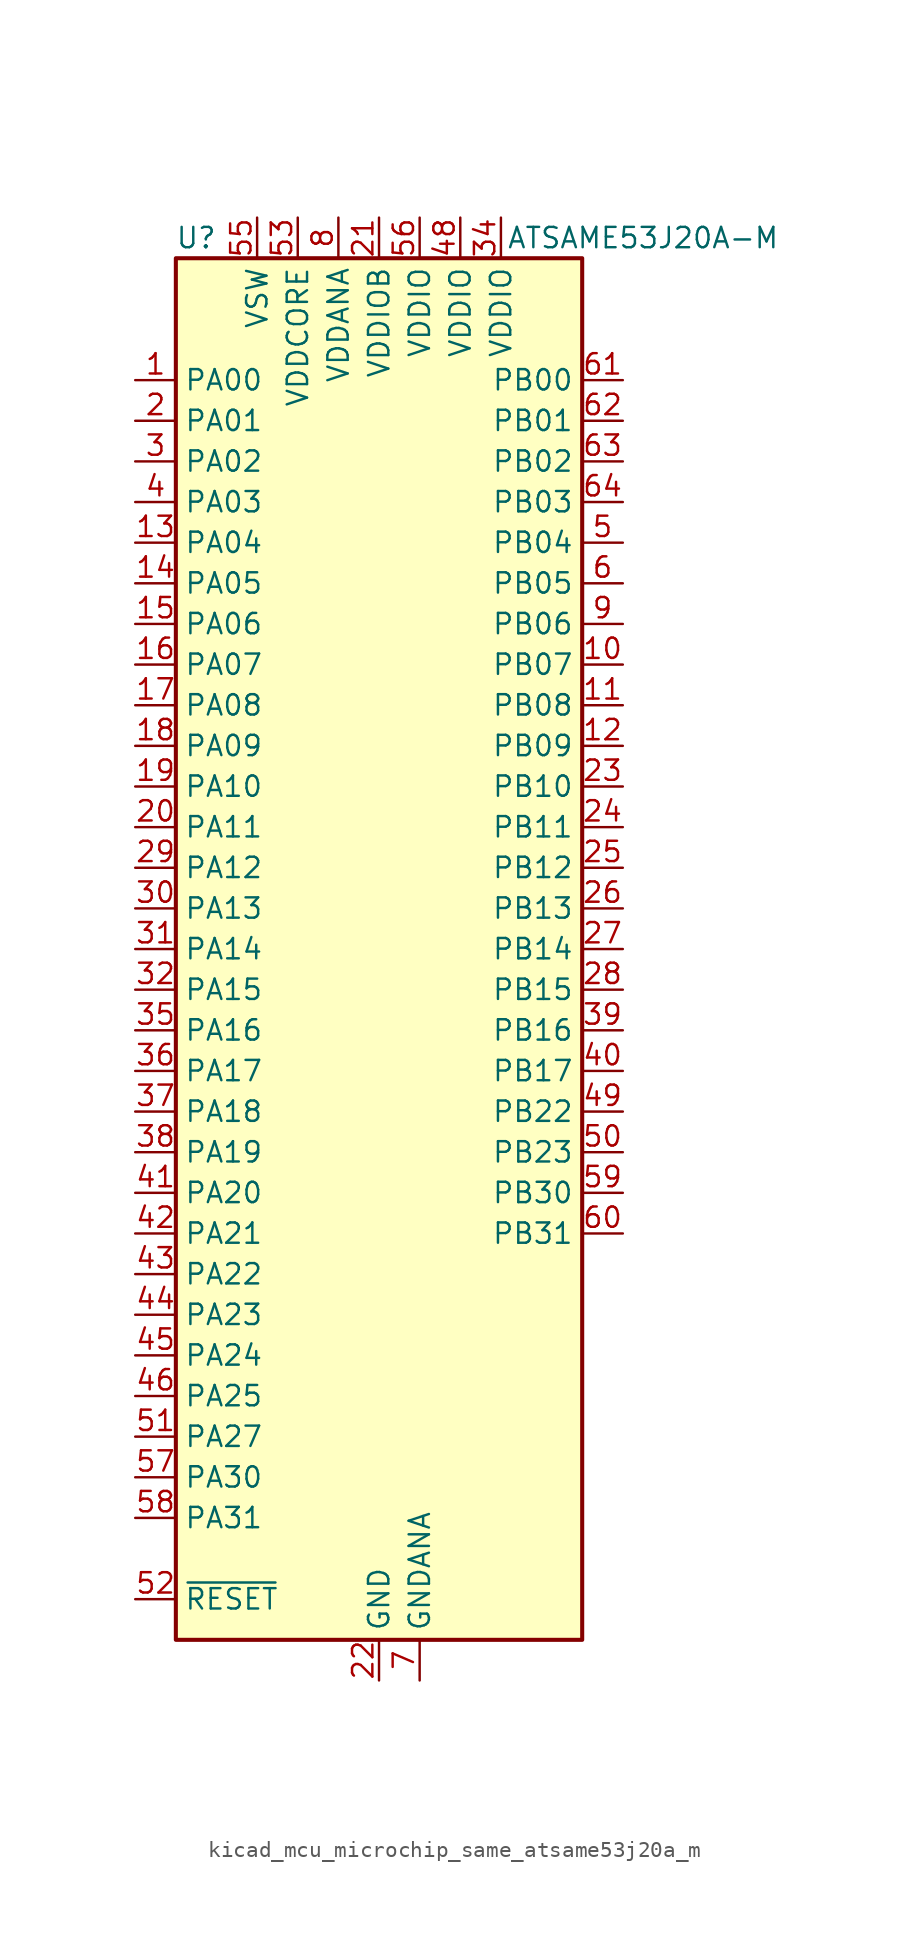
<source format=kicad_sym>
(kicad_symbol_lib
  (version 20220914)
  (generator kicad_symbol_editor)
  (symbol "kicad_mcu_microchip_same_atsame53j20a_m"
    (property "Reference" "U"
      (at -11.43 44.45 0)
      (effects (font (size 1.27 1.27))))
    (property "Value" "ATSAME53J20A-M"
      (at 16.51 44.45 0)
      (effects (font (size 1.27 1.27))))
    (symbol "kicad_mcu_microchip_same_atsame53j20a_m_0_1"
      (rectangle (start -12.7 43.18) (end 12.7 -43.18) (stroke (width 0.254) (type default)) (fill (type background))))
    (symbol "kicad_mcu_microchip_same_atsame53j20a_m_1_1"
      (pin bidirectional line (at -15.24 35.56 0) (length 2.54) (name "PA00" (effects (font (size 1.27 1.27)))) (number "1" (effects (font (size 1.27 1.27)))))
      (pin bidirectional line (at 15.24 17.78 180) (length 2.54) (name "PB07" (effects (font (size 1.27 1.27)))) (number "10" (effects (font (size 1.27 1.27)))))
      (pin bidirectional line (at 15.24 15.24 180) (length 2.54) (name "PB08" (effects (font (size 1.27 1.27)))) (number "11" (effects (font (size 1.27 1.27)))))
      (pin bidirectional line (at 15.24 12.7 180) (length 2.54) (name "PB09" (effects (font (size 1.27 1.27)))) (number "12" (effects (font (size 1.27 1.27)))))
      (pin bidirectional line (at -15.24 25.4 0) (length 2.54) (name "PA04" (effects (font (size 1.27 1.27)))) (number "13" (effects (font (size 1.27 1.27)))))
      (pin bidirectional line (at -15.24 22.86 0) (length 2.54) (name "PA05" (effects (font (size 1.27 1.27)))) (number "14" (effects (font (size 1.27 1.27)))))
      (pin bidirectional line (at -15.24 20.32 0) (length 2.54) (name "PA06" (effects (font (size 1.27 1.27)))) (number "15" (effects (font (size 1.27 1.27)))))
      (pin bidirectional line (at -15.24 17.78 0) (length 2.54) (name "PA07" (effects (font (size 1.27 1.27)))) (number "16" (effects (font (size 1.27 1.27)))))
      (pin bidirectional line (at -15.24 15.24 0) (length 2.54) (name "PA08" (effects (font (size 1.27 1.27)))) (number "17" (effects (font (size 1.27 1.27)))))
      (pin bidirectional line (at -15.24 12.7 0) (length 2.54) (name "PA09" (effects (font (size 1.27 1.27)))) (number "18" (effects (font (size 1.27 1.27)))))
      (pin bidirectional line (at -15.24 10.16 0) (length 2.54) (name "PA10" (effects (font (size 1.27 1.27)))) (number "19" (effects (font (size 1.27 1.27)))))
      (pin bidirectional line (at -15.24 33.02 0) (length 2.54) (name "PA01" (effects (font (size 1.27 1.27)))) (number "2" (effects (font (size 1.27 1.27)))))
      (pin bidirectional line (at -15.24 7.62 0) (length 2.54) (name "PA11" (effects (font (size 1.27 1.27)))) (number "20" (effects (font (size 1.27 1.27)))))
      (pin power_in line (at 0 45.72 270) (length 2.54) (name "VDDIOB" (effects (font (size 1.27 1.27)))) (number "21" (effects (font (size 1.27 1.27)))))
      (pin power_in line (at 0 -45.72 90) (length 2.54) (name "GND" (effects (font (size 1.27 1.27)))) (number "22" (effects (font (size 1.27 1.27)))))
      (pin bidirectional line (at 15.24 10.16 180) (length 2.54) (name "PB10" (effects (font (size 1.27 1.27)))) (number "23" (effects (font (size 1.27 1.27)))))
      (pin bidirectional line (at 15.24 7.62 180) (length 2.54) (name "PB11" (effects (font (size 1.27 1.27)))) (number "24" (effects (font (size 1.27 1.27)))))
      (pin bidirectional line (at 15.24 5.08 180) (length 2.54) (name "PB12" (effects (font (size 1.27 1.27)))) (number "25" (effects (font (size 1.27 1.27)))))
      (pin bidirectional line (at 15.24 2.54 180) (length 2.54) (name "PB13" (effects (font (size 1.27 1.27)))) (number "26" (effects (font (size 1.27 1.27)))))
      (pin bidirectional line (at 15.24 0 180) (length 2.54) (name "PB14" (effects (font (size 1.27 1.27)))) (number "27" (effects (font (size 1.27 1.27)))))
      (pin bidirectional line (at 15.24 -2.54 180) (length 2.54) (name "PB15" (effects (font (size 1.27 1.27)))) (number "28" (effects (font (size 1.27 1.27)))))
      (pin bidirectional line (at -15.24 5.08 0) (length 2.54) (name "PA12" (effects (font (size 1.27 1.27)))) (number "29" (effects (font (size 1.27 1.27)))))
      (pin bidirectional line (at -15.24 30.48 0) (length 2.54) (name "PA02" (effects (font (size 1.27 1.27)))) (number "3" (effects (font (size 1.27 1.27)))))
      (pin bidirectional line (at -15.24 2.54 0) (length 2.54) (name "PA13" (effects (font (size 1.27 1.27)))) (number "30" (effects (font (size 1.27 1.27)))))
      (pin bidirectional line (at -15.24 0 0) (length 2.54) (name "PA14" (effects (font (size 1.27 1.27)))) (number "31" (effects (font (size 1.27 1.27)))))
      (pin bidirectional line (at -15.24 -2.54 0) (length 2.54) (name "PA15" (effects (font (size 1.27 1.27)))) (number "32" (effects (font (size 1.27 1.27)))))
      (pin passive line (at 0 -45.72 90) (length 2.54) hide (name "GND" (effects (font (size 1.27 1.27)))) (number "33" (effects (font (size 1.27 1.27)))))
      (pin power_in line (at 7.62 45.72 270) (length 2.54) (name "VDDIO" (effects (font (size 1.27 1.27)))) (number "34" (effects (font (size 1.27 1.27)))))
      (pin bidirectional line (at -15.24 -5.08 0) (length 2.54) (name "PA16" (effects (font (size 1.27 1.27)))) (number "35" (effects (font (size 1.27 1.27)))))
      (pin bidirectional line (at -15.24 -7.62 0) (length 2.54) (name "PA17" (effects (font (size 1.27 1.27)))) (number "36" (effects (font (size 1.27 1.27)))))
      (pin bidirectional line (at -15.24 -10.16 0) (length 2.54) (name "PA18" (effects (font (size 1.27 1.27)))) (number "37" (effects (font (size 1.27 1.27)))))
      (pin bidirectional line (at -15.24 -12.7 0) (length 2.54) (name "PA19" (effects (font (size 1.27 1.27)))) (number "38" (effects (font (size 1.27 1.27)))))
      (pin bidirectional line (at 15.24 -5.08 180) (length 2.54) (name "PB16" (effects (font (size 1.27 1.27)))) (number "39" (effects (font (size 1.27 1.27)))))
      (pin bidirectional line (at -15.24 27.94 0) (length 2.54) (name "PA03" (effects (font (size 1.27 1.27)))) (number "4" (effects (font (size 1.27 1.27)))))
      (pin bidirectional line (at 15.24 -7.62 180) (length 2.54) (name "PB17" (effects (font (size 1.27 1.27)))) (number "40" (effects (font (size 1.27 1.27)))))
      (pin bidirectional line (at -15.24 -15.24 0) (length 2.54) (name "PA20" (effects (font (size 1.27 1.27)))) (number "41" (effects (font (size 1.27 1.27)))))
      (pin bidirectional line (at -15.24 -17.78 0) (length 2.54) (name "PA21" (effects (font (size 1.27 1.27)))) (number "42" (effects (font (size 1.27 1.27)))))
      (pin bidirectional line (at -15.24 -20.32 0) (length 2.54) (name "PA22" (effects (font (size 1.27 1.27)))) (number "43" (effects (font (size 1.27 1.27)))))
      (pin bidirectional line (at -15.24 -22.86 0) (length 2.54) (name "PA23" (effects (font (size 1.27 1.27)))) (number "44" (effects (font (size 1.27 1.27)))))
      (pin bidirectional line (at -15.24 -25.4 0) (length 2.54) (name "PA24" (effects (font (size 1.27 1.27)))) (number "45" (effects (font (size 1.27 1.27)))))
      (pin bidirectional line (at -15.24 -27.94 0) (length 2.54) (name "PA25" (effects (font (size 1.27 1.27)))) (number "46" (effects (font (size 1.27 1.27)))))
      (pin passive line (at 0 -45.72 90) (length 2.54) hide (name "GND" (effects (font (size 1.27 1.27)))) (number "47" (effects (font (size 1.27 1.27)))))
      (pin power_in line (at 5.08 45.72 270) (length 2.54) (name "VDDIO" (effects (font (size 1.27 1.27)))) (number "48" (effects (font (size 1.27 1.27)))))
      (pin bidirectional line (at 15.24 -10.16 180) (length 2.54) (name "PB22" (effects (font (size 1.27 1.27)))) (number "49" (effects (font (size 1.27 1.27)))))
      (pin bidirectional line (at 15.24 25.4 180) (length 2.54) (name "PB04" (effects (font (size 1.27 1.27)))) (number "5" (effects (font (size 1.27 1.27)))))
      (pin bidirectional line (at 15.24 -12.7 180) (length 2.54) (name "PB23" (effects (font (size 1.27 1.27)))) (number "50" (effects (font (size 1.27 1.27)))))
      (pin bidirectional line (at -15.24 -30.48 0) (length 2.54) (name "PA27" (effects (font (size 1.27 1.27)))) (number "51" (effects (font (size 1.27 1.27)))))
      (pin input line (at -15.24 -40.64 0) (length 2.54) (name "~{RESET}" (effects (font (size 1.27 1.27)))) (number "52" (effects (font (size 1.27 1.27)))))
      (pin power_out line (at -5.08 45.72 270) (length 2.54) (name "VDDCORE" (effects (font (size 1.27 1.27)))) (number "53" (effects (font (size 1.27 1.27)))))
      (pin passive line (at 0 -45.72 90) (length 2.54) hide (name "GND" (effects (font (size 1.27 1.27)))) (number "54" (effects (font (size 1.27 1.27)))))
      (pin power_in line (at -7.62 45.72 270) (length 2.54) (name "VSW" (effects (font (size 1.27 1.27)))) (number "55" (effects (font (size 1.27 1.27)))))
      (pin power_in line (at 2.54 45.72 270) (length 2.54) (name "VDDIO" (effects (font (size 1.27 1.27)))) (number "56" (effects (font (size 1.27 1.27)))))
      (pin bidirectional line (at -15.24 -33.02 0) (length 2.54) (name "PA30" (effects (font (size 1.27 1.27)))) (number "57" (effects (font (size 1.27 1.27)))))
      (pin bidirectional line (at -15.24 -35.56 0) (length 2.54) (name "PA31" (effects (font (size 1.27 1.27)))) (number "58" (effects (font (size 1.27 1.27)))))
      (pin bidirectional line (at 15.24 -15.24 180) (length 2.54) (name "PB30" (effects (font (size 1.27 1.27)))) (number "59" (effects (font (size 1.27 1.27)))))
      (pin bidirectional line (at 15.24 22.86 180) (length 2.54) (name "PB05" (effects (font (size 1.27 1.27)))) (number "6" (effects (font (size 1.27 1.27)))))
      (pin bidirectional line (at 15.24 -17.78 180) (length 2.54) (name "PB31" (effects (font (size 1.27 1.27)))) (number "60" (effects (font (size 1.27 1.27)))))
      (pin bidirectional line (at 15.24 35.56 180) (length 2.54) (name "PB00" (effects (font (size 1.27 1.27)))) (number "61" (effects (font (size 1.27 1.27)))))
      (pin bidirectional line (at 15.24 33.02 180) (length 2.54) (name "PB01" (effects (font (size 1.27 1.27)))) (number "62" (effects (font (size 1.27 1.27)))))
      (pin bidirectional line (at 15.24 30.48 180) (length 2.54) (name "PB02" (effects (font (size 1.27 1.27)))) (number "63" (effects (font (size 1.27 1.27)))))
      (pin bidirectional line (at 15.24 27.94 180) (length 2.54) (name "PB03" (effects (font (size 1.27 1.27)))) (number "64" (effects (font (size 1.27 1.27)))))
      (pin passive line (at 0 -45.72 90) (length 2.54) hide (name "GND" (effects (font (size 1.27 1.27)))) (number "65" (effects (font (size 1.27 1.27)))))
      (pin power_in line (at 2.54 -45.72 90) (length 2.54) (name "GNDANA" (effects (font (size 1.27 1.27)))) (number "7" (effects (font (size 1.27 1.27)))))
      (pin power_in line (at -2.54 45.72 270) (length 2.54) (name "VDDANA" (effects (font (size 1.27 1.27)))) (number "8" (effects (font (size 1.27 1.27)))))
      (pin bidirectional line (at 15.24 20.32 180) (length 2.54) (name "PB06" (effects (font (size 1.27 1.27)))) (number "9" (effects (font (size 1.27 1.27))))))))
</source>
